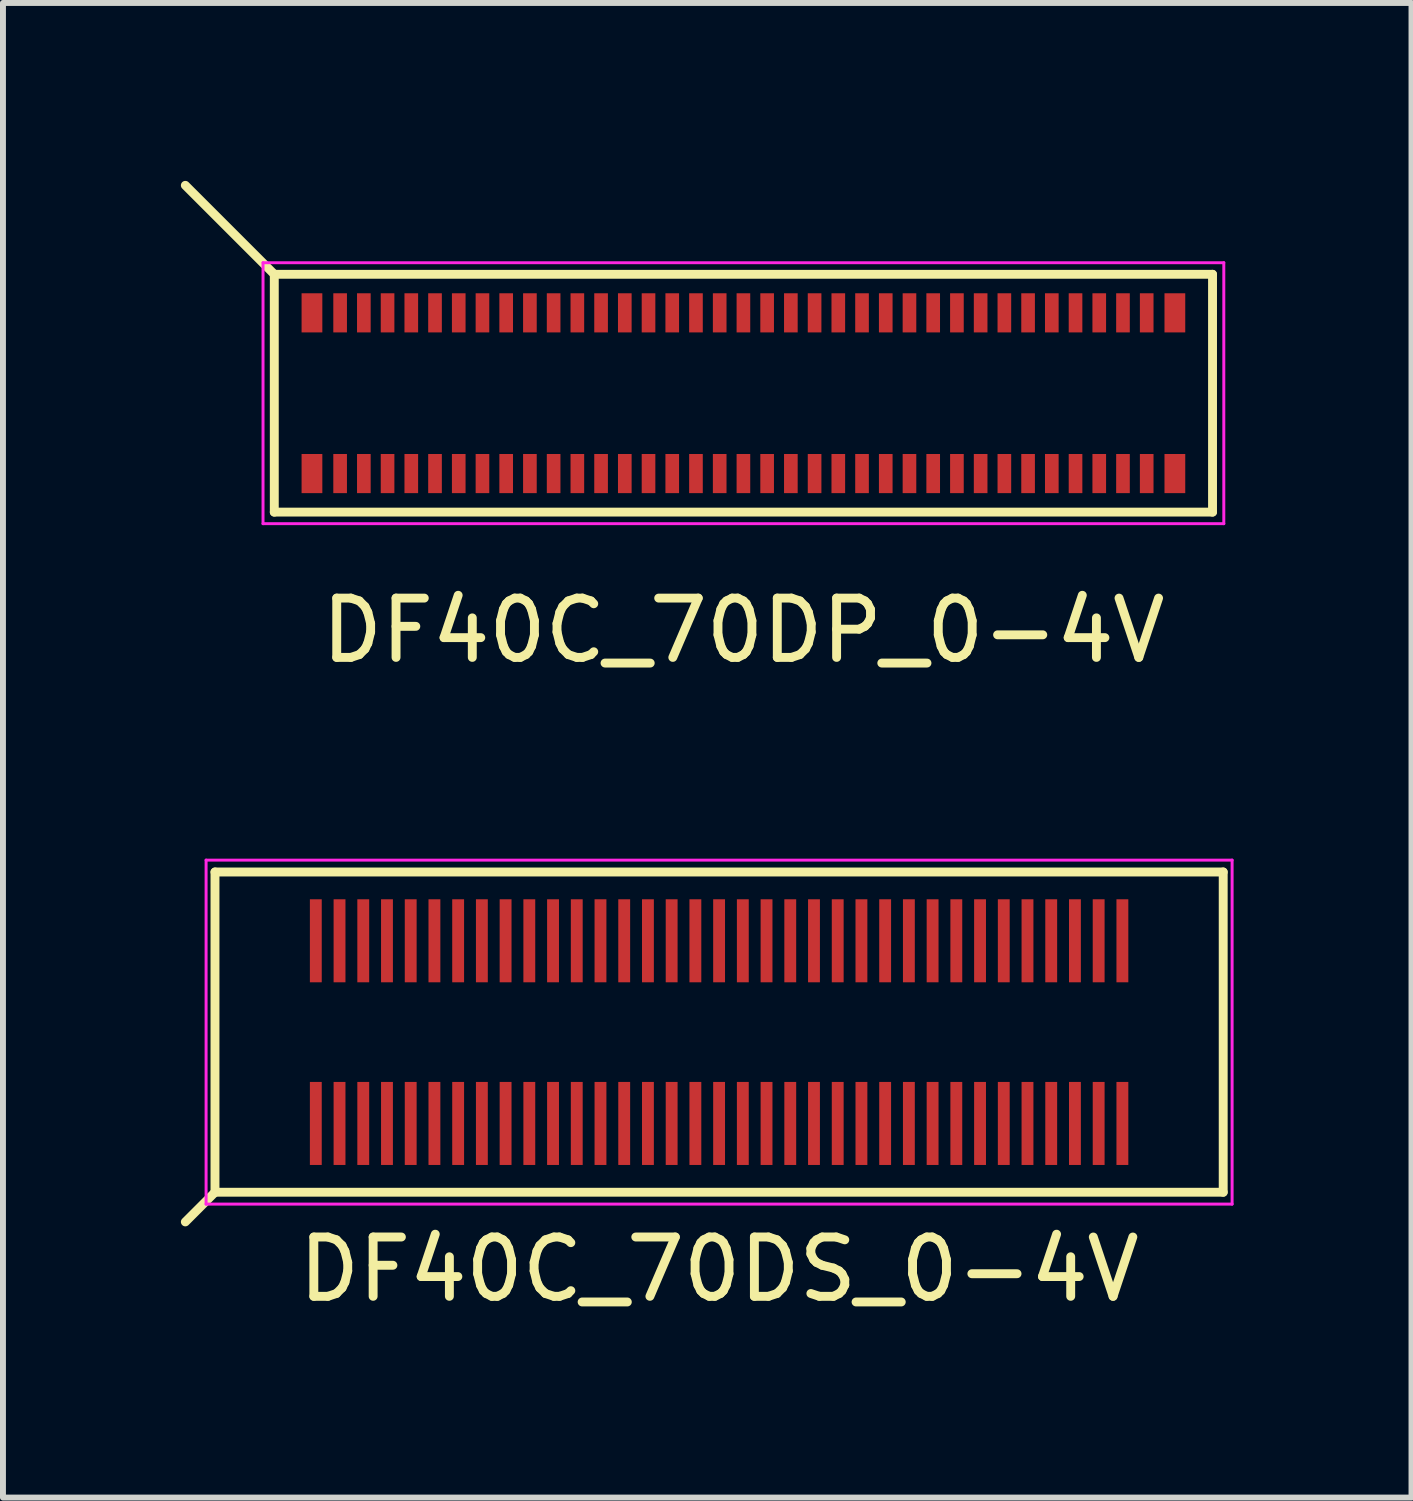
<source format=kicad_pcb>
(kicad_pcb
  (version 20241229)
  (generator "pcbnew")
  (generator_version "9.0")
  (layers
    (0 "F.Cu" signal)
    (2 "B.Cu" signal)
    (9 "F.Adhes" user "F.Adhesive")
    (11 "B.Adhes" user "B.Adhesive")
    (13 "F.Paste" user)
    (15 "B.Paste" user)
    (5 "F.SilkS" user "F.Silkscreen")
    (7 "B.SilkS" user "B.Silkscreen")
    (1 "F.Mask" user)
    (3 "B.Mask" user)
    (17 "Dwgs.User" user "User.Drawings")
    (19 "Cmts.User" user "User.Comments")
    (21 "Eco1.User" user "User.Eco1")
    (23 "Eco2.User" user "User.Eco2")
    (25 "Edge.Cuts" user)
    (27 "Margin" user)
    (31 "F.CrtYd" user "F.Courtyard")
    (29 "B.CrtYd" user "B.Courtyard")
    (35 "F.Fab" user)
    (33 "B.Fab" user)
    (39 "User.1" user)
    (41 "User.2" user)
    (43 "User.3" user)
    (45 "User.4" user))
  (footprint "DF40C_70DS_0-4V"
    (layer "F.Cu")
    (at 9.075 14.353)
    (property "Reference" "DF40C_70DS_0-4V" (at 0 4 0) (layer "F.SilkS") (effects (font (size 1 1) (thickness 0.15))))
    (attr smd)
    (fp_line (start -8.5 -2.7) (end -8.5 2.7) (stroke (width 0.15) (type solid)) (layer "F.SilkS"))
    (fp_line (start -8.5 -2.7) (end 8.5 -2.7) (stroke (width 0.15) (type solid)) (layer "F.SilkS"))
    (fp_line (start -8.5 2.7) (end -9 3.2) (stroke (width 0.15) (type solid)) (layer "F.SilkS"))
    (fp_line (start 8.5 2.7) (end -8.5 2.7) (stroke (width 0.15) (type solid)) (layer "F.SilkS"))
    (fp_line (start 8.5 2.7) (end 8.5 -2.7) (stroke (width 0.15) (type solid)) (layer "F.SilkS"))
    (fp_line (start -8.65 -2.9) (end -8.65 2.9) (stroke (width 0.05) (type solid)) (layer "F.CrtYd"))
    (fp_line (start -8.65 -2.9) (end 8.65 -2.9) (stroke (width 0.05) (type solid)) (layer "F.CrtYd"))
    (fp_line (start 8.65 2.9) (end -8.65 2.9) (stroke (width 0.05) (type solid)) (layer "F.CrtYd"))
    (fp_line (start 8.65 2.9) (end 8.65 -2.9) (stroke (width 0.05) (type solid)) (layer "F.CrtYd"))
    (pad "1" smd rect (at -6.8 1.54) (size 0.2 1.4) (layers "F.Cu" "F.Mask" "F.Paste"))
    (pad "2" smd rect (at -6.8 -1.54) (size 0.2 1.4) (layers "F.Cu" "F.Mask" "F.Paste"))
    (pad "3" smd rect (at -6.4 1.54) (size 0.2 1.4) (layers "F.Cu" "F.Mask" "F.Paste"))
    (pad "4" smd rect (at -6.4 -1.54) (size 0.2 1.4) (layers "F.Cu" "F.Mask" "F.Paste"))
    (pad "5" smd rect (at -6 1.54) (size 0.2 1.4) (layers "F.Cu" "F.Mask" "F.Paste"))
    (pad "6" smd rect (at -6 -1.54) (size 0.2 1.4) (layers "F.Cu" "F.Mask" "F.Paste"))
    (pad "7" smd rect (at -5.6 1.54) (size 0.2 1.4) (layers "F.Cu" "F.Mask" "F.Paste"))
    (pad "8" smd rect (at -5.6 -1.54) (size 0.2 1.4) (layers "F.Cu" "F.Mask" "F.Paste"))
    (pad "9" smd rect (at -5.2 1.54) (size 0.2 1.4) (layers "F.Cu" "F.Mask" "F.Paste"))
    (pad "10" smd rect (at -5.2 -1.54) (size 0.2 1.4) (layers "F.Cu" "F.Mask" "F.Paste"))
    (pad "11" smd rect (at -4.8 1.54) (size 0.2 1.4) (layers "F.Cu" "F.Mask" "F.Paste"))
    (pad "12" smd rect (at -4.8 -1.54) (size 0.2 1.4) (layers "F.Cu" "F.Mask" "F.Paste"))
    (pad "13" smd rect (at -4.4 1.54) (size 0.2 1.4) (layers "F.Cu" "F.Mask" "F.Paste"))
    (pad "14" smd rect (at -4.4 -1.54) (size 0.2 1.4) (layers "F.Cu" "F.Mask" "F.Paste"))
    (pad "15" smd rect (at -4 1.54) (size 0.2 1.4) (layers "F.Cu" "F.Mask" "F.Paste"))
    (pad "16" smd rect (at -4 -1.54) (size 0.2 1.4) (layers "F.Cu" "F.Mask" "F.Paste"))
    (pad "17" smd rect (at -3.6 1.54) (size 0.2 1.4) (layers "F.Cu" "F.Mask" "F.Paste"))
    (pad "18" smd rect (at -3.6 -1.54) (size 0.2 1.4) (layers "F.Cu" "F.Mask" "F.Paste"))
    (pad "19" smd rect (at -3.2 1.54) (size 0.2 1.4) (layers "F.Cu" "F.Mask" "F.Paste"))
    (pad "20" smd rect (at -3.2 -1.54) (size 0.2 1.4) (layers "F.Cu" "F.Mask" "F.Paste"))
    (pad "21" smd rect (at -2.8 1.54) (size 0.2 1.4) (layers "F.Cu" "F.Mask" "F.Paste"))
    (pad "22" smd rect (at -2.8 -1.54) (size 0.2 1.4) (layers "F.Cu" "F.Mask" "F.Paste"))
    (pad "23" smd rect (at -2.4 1.54) (size 0.2 1.4) (layers "F.Cu" "F.Mask" "F.Paste"))
    (pad "24" smd rect (at -2.4 -1.54) (size 0.2 1.4) (layers "F.Cu" "F.Mask" "F.Paste"))
    (pad "25" smd rect (at -2 1.54) (size 0.2 1.4) (layers "F.Cu" "F.Mask" "F.Paste"))
    (pad "26" smd rect (at -2 -1.54) (size 0.2 1.4) (layers "F.Cu" "F.Mask" "F.Paste"))
    (pad "27" smd rect (at -1.6 1.54) (size 0.2 1.4) (layers "F.Cu" "F.Mask" "F.Paste"))
    (pad "28" smd rect (at -1.6 -1.54) (size 0.2 1.4) (layers "F.Cu" "F.Mask" "F.Paste"))
    (pad "29" smd rect (at -1.2 1.54) (size 0.2 1.4) (layers "F.Cu" "F.Mask" "F.Paste"))
    (pad "30" smd rect (at -1.2 -1.54) (size 0.2 1.4) (layers "F.Cu" "F.Mask" "F.Paste"))
    (pad "31" smd rect (at -0.8 1.54) (size 0.2 1.4) (layers "F.Cu" "F.Mask" "F.Paste"))
    (pad "32" smd rect (at -0.8 -1.54) (size 0.2 1.4) (layers "F.Cu" "F.Mask" "F.Paste"))
    (pad "33" smd rect (at -0.4 1.54) (size 0.2 1.4) (layers "F.Cu" "F.Mask" "F.Paste"))
    (pad "34" smd rect (at -0.4 -1.54) (size 0.2 1.4) (layers "F.Cu" "F.Mask" "F.Paste"))
    (pad "35" smd rect (at 0 1.54) (size 0.2 1.4) (layers "F.Cu" "F.Mask" "F.Paste"))
    (pad "36" smd rect (at 0 -1.54) (size 0.2 1.4) (layers "F.Cu" "F.Mask" "F.Paste"))
    (pad "37" smd rect (at 0.4 1.54) (size 0.2 1.4) (layers "F.Cu" "F.Mask" "F.Paste"))
    (pad "38" smd rect (at 0.4 -1.54) (size 0.2 1.4) (layers "F.Cu" "F.Mask" "F.Paste"))
    (pad "39" smd rect (at 0.8 1.54) (size 0.2 1.4) (layers "F.Cu" "F.Mask" "F.Paste"))
    (pad "40" smd rect (at 0.8 -1.54) (size 0.2 1.4) (layers "F.Cu" "F.Mask" "F.Paste"))
    (pad "41" smd rect (at 1.2 1.54) (size 0.2 1.4) (layers "F.Cu" "F.Mask" "F.Paste"))
    (pad "42" smd rect (at 1.2 -1.54) (size 0.2 1.4) (layers "F.Cu" "F.Mask" "F.Paste"))
    (pad "43" smd rect (at 1.6 1.54) (size 0.2 1.4) (layers "F.Cu" "F.Mask" "F.Paste"))
    (pad "44" smd rect (at 1.6 -1.54) (size 0.2 1.4) (layers "F.Cu" "F.Mask" "F.Paste"))
    (pad "45" smd rect (at 2 1.54) (size 0.2 1.4) (layers "F.Cu" "F.Mask" "F.Paste"))
    (pad "46" smd rect (at 2 -1.54) (size 0.2 1.4) (layers "F.Cu" "F.Mask" "F.Paste"))
    (pad "47" smd rect (at 2.4 1.54) (size 0.2 1.4) (layers "F.Cu" "F.Mask" "F.Paste"))
    (pad "48" smd rect (at 2.4 -1.54) (size 0.2 1.4) (layers "F.Cu" "F.Mask" "F.Paste"))
    (pad "49" smd rect (at 2.8 1.54) (size 0.2 1.4) (layers "F.Cu" "F.Mask" "F.Paste"))
    (pad "50" smd rect (at 2.8 -1.54) (size 0.2 1.4) (layers "F.Cu" "F.Mask" "F.Paste"))
    (pad "51" smd rect (at 3.2 1.54) (size 0.2 1.4) (layers "F.Cu" "F.Mask" "F.Paste"))
    (pad "52" smd rect (at 3.2 -1.54) (size 0.2 1.4) (layers "F.Cu" "F.Mask" "F.Paste"))
    (pad "53" smd rect (at 3.6 1.54) (size 0.2 1.4) (layers "F.Cu" "F.Mask" "F.Paste"))
    (pad "54" smd rect (at 3.6 -1.54) (size 0.2 1.4) (layers "F.Cu" "F.Mask" "F.Paste"))
    (pad "55" smd rect (at 4 1.54) (size 0.2 1.4) (layers "F.Cu" "F.Mask" "F.Paste"))
    (pad "56" smd rect (at 4 -1.54) (size 0.2 1.4) (layers "F.Cu" "F.Mask" "F.Paste"))
    (pad "57" smd rect (at 4.4 1.54) (size 0.2 1.4) (layers "F.Cu" "F.Mask" "F.Paste"))
    (pad "58" smd rect (at 4.4 -1.54) (size 0.2 1.4) (layers "F.Cu" "F.Mask" "F.Paste"))
    (pad "59" smd rect (at 4.8 1.54) (size 0.2 1.4) (layers "F.Cu" "F.Mask" "F.Paste"))
    (pad "60" smd rect (at 4.8 -1.54) (size 0.2 1.4) (layers "F.Cu" "F.Mask" "F.Paste"))
    (pad "61" smd rect (at 5.2 1.54) (size 0.2 1.4) (layers "F.Cu" "F.Mask" "F.Paste"))
    (pad "62" smd rect (at 5.2 -1.54) (size 0.2 1.4) (layers "F.Cu" "F.Mask" "F.Paste"))
    (pad "63" smd rect (at 5.6 1.54) (size 0.2 1.4) (layers "F.Cu" "F.Mask" "F.Paste"))
    (pad "64" smd rect (at 5.6 -1.54) (size 0.2 1.4) (layers "F.Cu" "F.Mask" "F.Paste"))
    (pad "65" smd rect (at 6 1.54) (size 0.2 1.4) (layers "F.Cu" "F.Mask" "F.Paste"))
    (pad "66" smd rect (at 6 -1.54) (size 0.2 1.4) (layers "F.Cu" "F.Mask" "F.Paste"))
    (pad "67" smd rect (at 6.4 1.54) (size 0.2 1.4) (layers "F.Cu" "F.Mask" "F.Paste"))
    (pad "68" smd rect (at 6.4 -1.54) (size 0.2 1.4) (layers "F.Cu" "F.Mask" "F.Paste"))
    (pad "69" smd rect (at 6.8 1.54) (size 0.2 1.4) (layers "F.Cu" "F.Mask" "F.Paste"))
    (pad "70" smd rect (at 6.8 -1.54) (size 0.2 1.4) (layers "F.Cu" "F.Mask" "F.Paste")))
  (footprint "DF40C_70DP_0-4V"
    (layer "F.Cu")
    (at 9.485 3.58)
    (property "Reference" "DF40C_70DP_0-4V" (at 0 4 0) (layer "F.SilkS") (effects (font (size 1 1) (thickness 0.15))))
    (attr smd)
    (fp_line (start -7.91 -2.005) (end -9.41 -3.505) (stroke (width 0.15) (type solid)) (layer "F.SilkS"))
    (fp_line (start -7.91 -2.005) (end -7.91 2.005) (stroke (width 0.15) (type solid)) (layer "F.SilkS"))
    (fp_line (start -7.91 -2.005) (end 7.91 -2.005) (stroke (width 0.15) (type solid)) (layer "F.SilkS"))
    (fp_line (start 7.91 2.005) (end -7.91 2.005) (stroke (width 0.15) (type solid)) (layer "F.SilkS"))
    (fp_line (start 7.91 2.005) (end 7.91 -2.005) (stroke (width 0.15) (type solid)) (layer "F.SilkS"))
    (fp_line (start -8.1 -2.2) (end -8.1 2.2) (stroke (width 0.05) (type solid)) (layer "F.CrtYd"))
    (fp_line (start -8.1 -2.2) (end 8.1 -2.2) (stroke (width 0.05) (type solid)) (layer "F.CrtYd"))
    (fp_line (start 8.1 2.2) (end -8.1 2.2) (stroke (width 0.05) (type solid)) (layer "F.CrtYd"))
    (fp_line (start 8.1 2.2) (end 8.1 -2.2) (stroke (width 0.05) (type solid)) (layer "F.CrtYd"))
    (pad "1" smd rect (at -6.8 -1.355 180) (size 0.23 0.66) (layers "F.Cu" "F.Mask" "F.Paste"))
    (pad "2" smd rect (at -6.8 1.355 180) (size 0.23 0.66) (layers "F.Cu" "F.Mask" "F.Paste"))
    (pad "3" smd rect (at -6.4 -1.355 180) (size 0.23 0.66) (layers "F.Cu" "F.Mask" "F.Paste"))
    (pad "4" smd rect (at -6.4 1.355 180) (size 0.23 0.66) (layers "F.Cu" "F.Mask" "F.Paste"))
    (pad "5" smd rect (at -6 -1.355 180) (size 0.23 0.66) (layers "F.Cu" "F.Mask" "F.Paste"))
    (pad "6" smd rect (at -6 1.355 180) (size 0.23 0.66) (layers "F.Cu" "F.Mask" "F.Paste"))
    (pad "7" smd rect (at -5.6 -1.355 180) (size 0.23 0.66) (layers "F.Cu" "F.Mask" "F.Paste"))
    (pad "8" smd rect (at -5.6 1.355 180) (size 0.23 0.66) (layers "F.Cu" "F.Mask" "F.Paste"))
    (pad "9" smd rect (at -5.2 -1.355 180) (size 0.23 0.66) (layers "F.Cu" "F.Mask" "F.Paste"))
    (pad "10" smd rect (at -5.2 1.355 180) (size 0.23 0.66) (layers "F.Cu" "F.Mask" "F.Paste"))
    (pad "11" smd rect (at -4.8 -1.355 180) (size 0.23 0.66) (layers "F.Cu" "F.Mask" "F.Paste"))
    (pad "12" smd rect (at -4.8 1.355 180) (size 0.23 0.66) (layers "F.Cu" "F.Mask" "F.Paste"))
    (pad "13" smd rect (at -4.4 -1.355 180) (size 0.23 0.66) (layers "F.Cu" "F.Mask" "F.Paste"))
    (pad "14" smd rect (at -4.4 1.355 180) (size 0.23 0.66) (layers "F.Cu" "F.Mask" "F.Paste"))
    (pad "15" smd rect (at -4 -1.355 180) (size 0.23 0.66) (layers "F.Cu" "F.Mask" "F.Paste"))
    (pad "16" smd rect (at -4 1.355 180) (size 0.23 0.66) (layers "F.Cu" "F.Mask" "F.Paste"))
    (pad "17" smd rect (at -3.6 -1.355 180) (size 0.23 0.66) (layers "F.Cu" "F.Mask" "F.Paste"))
    (pad "18" smd rect (at -3.6 1.355 180) (size 0.23 0.66) (layers "F.Cu" "F.Mask" "F.Paste"))
    (pad "19" smd rect (at -3.2 -1.355 180) (size 0.23 0.66) (layers "F.Cu" "F.Mask" "F.Paste"))
    (pad "20" smd rect (at -3.2 1.355 180) (size 0.23 0.66) (layers "F.Cu" "F.Mask" "F.Paste"))
    (pad "21" smd rect (at -2.8 -1.355 180) (size 0.23 0.66) (layers "F.Cu" "F.Mask" "F.Paste"))
    (pad "22" smd rect (at -2.8 1.355 180) (size 0.23 0.66) (layers "F.Cu" "F.Mask" "F.Paste"))
    (pad "23" smd rect (at -2.4 -1.355 180) (size 0.23 0.66) (layers "F.Cu" "F.Mask" "F.Paste"))
    (pad "24" smd rect (at -2.4 1.355 180) (size 0.23 0.66) (layers "F.Cu" "F.Mask" "F.Paste"))
    (pad "25" smd rect (at -2 -1.355 180) (size 0.23 0.66) (layers "F.Cu" "F.Mask" "F.Paste"))
    (pad "26" smd rect (at -2 1.355 180) (size 0.23 0.66) (layers "F.Cu" "F.Mask" "F.Paste"))
    (pad "27" smd rect (at -1.6 -1.355 180) (size 0.23 0.66) (layers "F.Cu" "F.Mask" "F.Paste"))
    (pad "28" smd rect (at -1.6 1.355 180) (size 0.23 0.66) (layers "F.Cu" "F.Mask" "F.Paste"))
    (pad "29" smd rect (at -1.2 -1.355 180) (size 0.23 0.66) (layers "F.Cu" "F.Mask" "F.Paste"))
    (pad "30" smd rect (at -1.2 1.355 180) (size 0.23 0.66) (layers "F.Cu" "F.Mask" "F.Paste"))
    (pad "31" smd rect (at -0.8 -1.355 180) (size 0.23 0.66) (layers "F.Cu" "F.Mask" "F.Paste"))
    (pad "32" smd rect (at -0.8 1.355 180) (size 0.23 0.66) (layers "F.Cu" "F.Mask" "F.Paste"))
    (pad "33" smd rect (at -0.4 -1.355 180) (size 0.23 0.66) (layers "F.Cu" "F.Mask" "F.Paste"))
    (pad "34" smd rect (at -0.4 1.355 180) (size 0.23 0.66) (layers "F.Cu" "F.Mask" "F.Paste"))
    (pad "35" smd rect (at 0 -1.355 180) (size 0.23 0.66) (layers "F.Cu" "F.Mask" "F.Paste"))
    (pad "36" smd rect (at 0 1.355 180) (size 0.23 0.66) (layers "F.Cu" "F.Mask" "F.Paste"))
    (pad "37" smd rect (at 0.4 -1.355 180) (size 0.23 0.66) (layers "F.Cu" "F.Mask" "F.Paste"))
    (pad "38" smd rect (at 0.4 1.355 180) (size 0.23 0.66) (layers "F.Cu" "F.Mask" "F.Paste"))
    (pad "39" smd rect (at 0.8 -1.355 180) (size 0.23 0.66) (layers "F.Cu" "F.Mask" "F.Paste"))
    (pad "40" smd rect (at 0.8 1.355 180) (size 0.23 0.66) (layers "F.Cu" "F.Mask" "F.Paste"))
    (pad "41" smd rect (at 1.2 -1.355 180) (size 0.23 0.66) (layers "F.Cu" "F.Mask" "F.Paste"))
    (pad "42" smd rect (at 1.2 1.355 180) (size 0.23 0.66) (layers "F.Cu" "F.Mask" "F.Paste"))
    (pad "43" smd rect (at 1.6 -1.355 180) (size 0.23 0.66) (layers "F.Cu" "F.Mask" "F.Paste"))
    (pad "44" smd rect (at 1.6 1.355 180) (size 0.23 0.66) (layers "F.Cu" "F.Mask" "F.Paste"))
    (pad "45" smd rect (at 2 -1.355 180) (size 0.23 0.66) (layers "F.Cu" "F.Mask" "F.Paste"))
    (pad "46" smd rect (at 2 1.355 180) (size 0.23 0.66) (layers "F.Cu" "F.Mask" "F.Paste"))
    (pad "47" smd rect (at 2.4 -1.355 180) (size 0.23 0.66) (layers "F.Cu" "F.Mask" "F.Paste"))
    (pad "48" smd rect (at 2.4 1.355 180) (size 0.23 0.66) (layers "F.Cu" "F.Mask" "F.Paste"))
    (pad "49" smd rect (at 2.8 -1.355 180) (size 0.23 0.66) (layers "F.Cu" "F.Mask" "F.Paste"))
    (pad "50" smd rect (at 2.8 1.355 180) (size 0.23 0.66) (layers "F.Cu" "F.Mask" "F.Paste"))
    (pad "51" smd rect (at 3.2 -1.355 180) (size 0.23 0.66) (layers "F.Cu" "F.Mask" "F.Paste"))
    (pad "52" smd rect (at 3.2 1.355 180) (size 0.23 0.66) (layers "F.Cu" "F.Mask" "F.Paste"))
    (pad "53" smd rect (at 3.6 -1.355 180) (size 0.23 0.66) (layers "F.Cu" "F.Mask" "F.Paste"))
    (pad "54" smd rect (at 3.6 1.355 180) (size 0.23 0.66) (layers "F.Cu" "F.Mask" "F.Paste"))
    (pad "55" smd rect (at 4 -1.355 180) (size 0.23 0.66) (layers "F.Cu" "F.Mask" "F.Paste"))
    (pad "56" smd rect (at 4 1.355 180) (size 0.23 0.66) (layers "F.Cu" "F.Mask" "F.Paste"))
    (pad "57" smd rect (at 4.4 -1.355 180) (size 0.23 0.66) (layers "F.Cu" "F.Mask" "F.Paste"))
    (pad "58" smd rect (at 4.4 1.355 180) (size 0.23 0.66) (layers "F.Cu" "F.Mask" "F.Paste"))
    (pad "59" smd rect (at 4.8 -1.355 180) (size 0.23 0.66) (layers "F.Cu" "F.Mask" "F.Paste"))
    (pad "60" smd rect (at 4.8 1.355 180) (size 0.23 0.66) (layers "F.Cu" "F.Mask" "F.Paste"))
    (pad "61" smd rect (at 5.2 -1.355 180) (size 0.23 0.66) (layers "F.Cu" "F.Mask" "F.Paste"))
    (pad "62" smd rect (at 5.2 1.355 180) (size 0.23 0.66) (layers "F.Cu" "F.Mask" "F.Paste"))
    (pad "63" smd rect (at 5.6 -1.355 180) (size 0.23 0.66) (layers "F.Cu" "F.Mask" "F.Paste"))
    (pad "64" smd rect (at 5.6 1.355 180) (size 0.23 0.66) (layers "F.Cu" "F.Mask" "F.Paste"))
    (pad "65" smd rect (at 6 -1.355 180) (size 0.23 0.66) (layers "F.Cu" "F.Mask" "F.Paste"))
    (pad "66" smd rect (at 6 1.355 180) (size 0.23 0.66) (layers "F.Cu" "F.Mask" "F.Paste"))
    (pad "67" smd rect (at 6.4 -1.355 180) (size 0.23 0.66) (layers "F.Cu" "F.Mask" "F.Paste"))
    (pad "68" smd rect (at 6.4 1.355 180) (size 0.23 0.66) (layers "F.Cu" "F.Mask" "F.Paste"))
    (pad "69" smd rect (at 6.8 -1.355 180) (size 0.23 0.66) (layers "F.Cu" "F.Mask" "F.Paste"))
    (pad "70" smd rect (at 6.8 1.355 180) (size 0.23 0.66) (layers "F.Cu" "F.Mask" "F.Paste"))
    (pad "MP" smd rect (at -7.275 -1.355 180) (size 0.35 0.66) (layers "F.Cu" "F.Mask" "F.Paste"))
    (pad "MP" smd rect (at -7.275 1.355 180) (size 0.35 0.66) (layers "F.Cu" "F.Mask" "F.Paste"))
    (pad "MP" smd rect (at 7.275 -1.355 180) (size 0.35 0.66) (layers "F.Cu" "F.Mask" "F.Paste"))
    (pad "MP" smd rect (at 7.275 1.355 180) (size 0.35 0.66) (layers "F.Cu" "F.Mask" "F.Paste")))
  (gr_rect
    (start -3 -3)
    (end 20.75 22.201)
    (stroke (width 0.1) (type default))
    (fill no)
    (layer "Edge.Cuts")))
</source>
